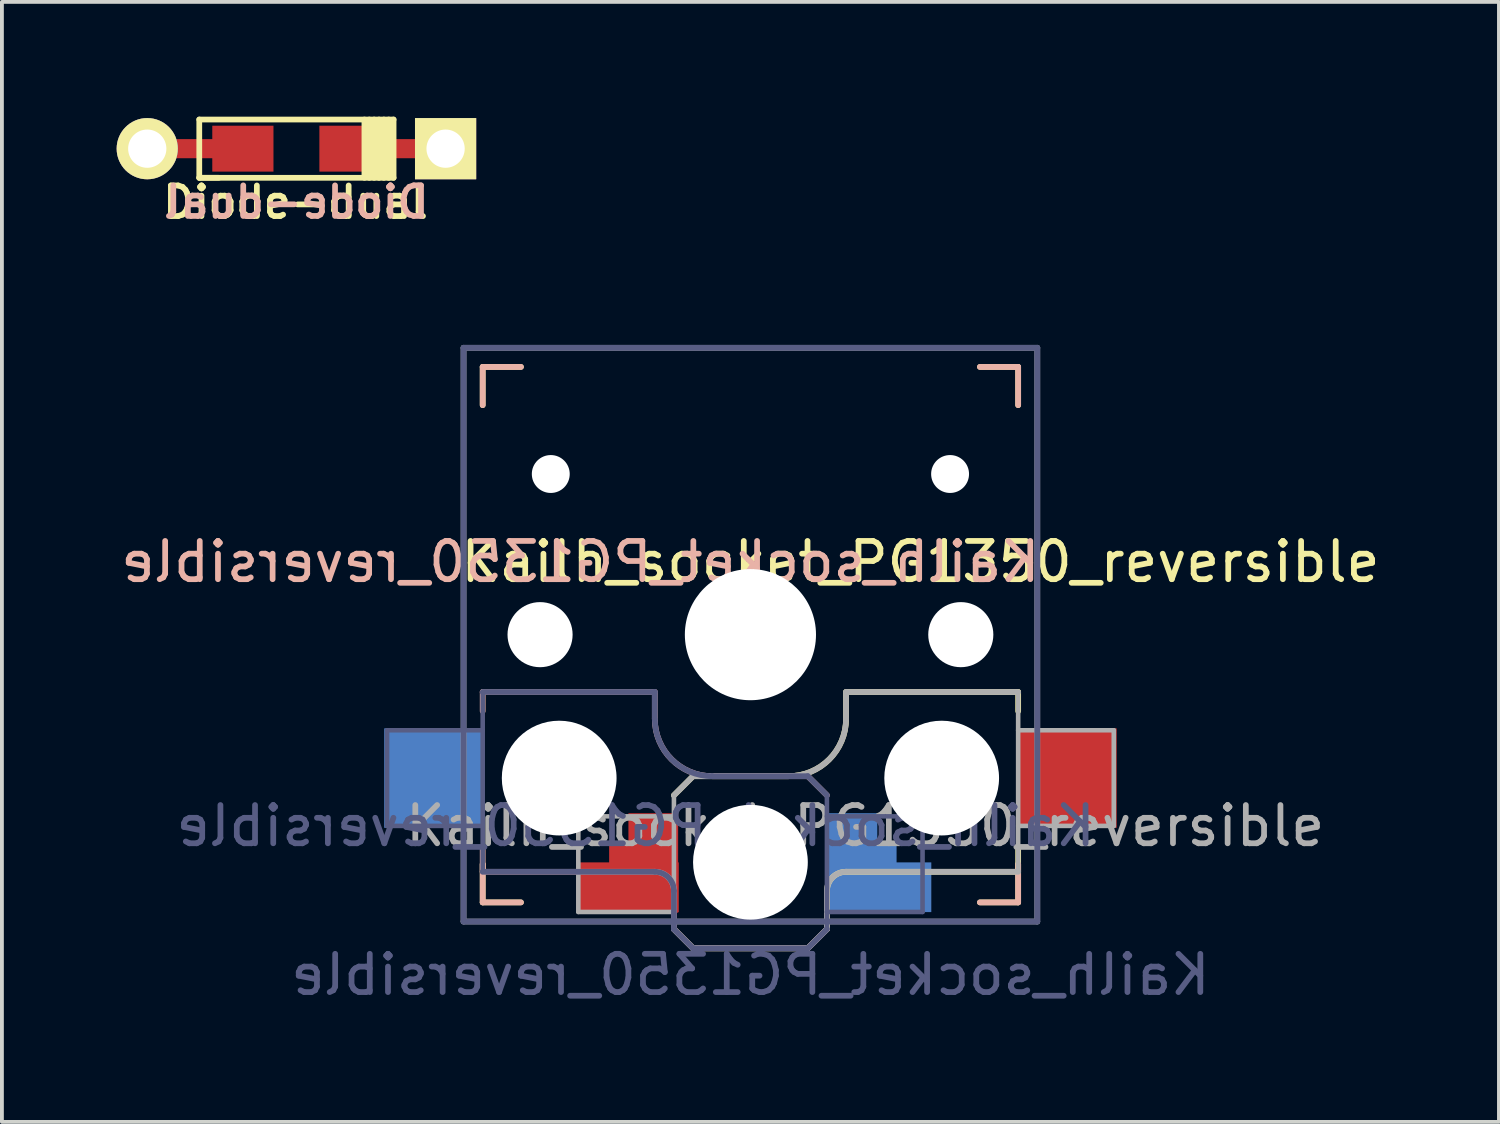
<source format=kicad_pcb>
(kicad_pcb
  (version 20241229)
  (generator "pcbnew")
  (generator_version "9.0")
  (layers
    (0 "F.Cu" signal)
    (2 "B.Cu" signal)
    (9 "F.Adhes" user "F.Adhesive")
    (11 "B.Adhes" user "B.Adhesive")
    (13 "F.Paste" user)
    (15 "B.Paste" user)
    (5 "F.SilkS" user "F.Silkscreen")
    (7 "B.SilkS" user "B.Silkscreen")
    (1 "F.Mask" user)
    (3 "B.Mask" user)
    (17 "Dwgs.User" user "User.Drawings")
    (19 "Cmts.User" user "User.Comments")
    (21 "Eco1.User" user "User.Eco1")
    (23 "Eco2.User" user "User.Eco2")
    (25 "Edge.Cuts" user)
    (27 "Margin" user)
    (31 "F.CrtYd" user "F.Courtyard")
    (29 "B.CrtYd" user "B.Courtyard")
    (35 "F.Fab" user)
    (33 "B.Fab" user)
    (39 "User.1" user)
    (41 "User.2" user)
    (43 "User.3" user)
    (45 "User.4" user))
  (footprint "Diode-dual"
    (layer "F.Cu")
    (at 4.7 0.837)
    (property "Reference" "Diode-dual" (at -0.025 1.4 0) (layer "F.SilkS") (effects (font (size 0.8 0.8) (thickness 0.15))))
    (attr smd)
    (fp_line (start -2.54 -0.762) (end -2.54 0.762) (stroke (width 0.15) (type solid)) (layer "F.SilkS"))
    (fp_line (start -2.54 0.762) (end -2.032 0.762) (stroke (width 0.15) (type solid)) (layer "F.SilkS"))
    (fp_line (start -2.54 0.762) (end 2.54 0.762) (stroke (width 0.15) (type solid)) (layer "F.SilkS"))
    (fp_line (start 1.778 0.762) (end 1.778 -0.762) (stroke (width 0.15) (type solid)) (layer "F.SilkS"))
    (fp_line (start 1.905 0.762) (end 1.905 -0.762) (stroke (width 0.15) (type solid)) (layer "F.SilkS"))
    (fp_line (start 2.032 -0.762) (end 2.032 0.762) (stroke (width 0.15) (type solid)) (layer "F.SilkS"))
    (fp_line (start 2.159 0.762) (end 2.159 -0.762) (stroke (width 0.15) (type solid)) (layer "F.SilkS"))
    (fp_line (start 2.286 -0.762) (end 2.286 0.762) (stroke (width 0.15) (type solid)) (layer "F.SilkS"))
    (fp_line (start 2.413 0.762) (end 2.413 -0.762) (stroke (width 0.15) (type solid)) (layer "F.SilkS"))
    (fp_line (start 2.54 -0.762) (end -2.54 -0.762) (stroke (width 0.15) (type solid)) (layer "F.SilkS"))
    (fp_line (start 2.54 0.762) (end 2.54 -0.762) (stroke (width 0.15) (type solid)) (layer "F.SilkS"))
    (fp_text user "${REFERENCE}" (at 0 1.397 0) (layer "B.SilkS") (effects (font (size 0.8 0.8) (thickness 0.15)) (justify mirror)))
    (pad "1" smd rect (at 1.4 0) (size 1.6 1.2) (layers "F.Cu" "F.Mask" "F.Paste"))
    (pad "1" smd rect (at 2.5 0) (size 2.9 0.5) (layers "F.Cu"))
    (pad "1" thru_hole rect (at 3.9 0) (size 1.6 1.6) (drill 1) (layers "*.Cu" "*.Mask" "F.SilkS"))
    (pad "2" thru_hole circle (at -3.9 0) (size 1.6 1.6) (drill 1) (layers "*.Cu" "*.Mask" "F.SilkS"))
    (pad "2" smd rect (at -2.5 0) (size 2.9 0.5) (layers "F.Cu"))
    (pad "2" smd rect (at -1.4 0) (size 1.6 1.2) (layers "F.Cu" "F.Mask" "F.Paste")))
  (footprint "Kailh_socket_PG1350_reversible"
    (layer "F.Cu")
    (at 16.57 13.543)
    (property "Reference" "Kailh_socket_PG1350_reversible" (at 4.445 -1.905 0) (layer "F.SilkS") (effects (font (size 1 1) (thickness 0.15))))
    (property "Value" "Kailh_socket_PG1350_reversible" (at 0 8.89 0) (layer "F.Fab") (hide yes) (effects (font (size 1 1) (thickness 0.15))))
    (attr smd)
    (fp_line (start -7 -7) (end -6 -7) (stroke (width 0.15) (type solid)) (layer "F.SilkS"))
    (fp_line (start -7 -6) (end -7 -7) (stroke (width 0.15) (type solid)) (layer "F.SilkS"))
    (fp_line (start -7 7) (end -7 6) (stroke (width 0.15) (type solid)) (layer "F.SilkS"))
    (fp_line (start -6 7) (end -7 7) (stroke (width 0.15) (type solid)) (layer "F.SilkS"))
    (fp_line (start -2 4.2) (end -1.5 3.7) (stroke (width 0.15) (type solid)) (layer "F.SilkS"))
    (fp_line (start -2 7.7) (end -1.5 8.2) (stroke (width 0.15) (type solid)) (layer "F.SilkS"))
    (fp_line (start -1.5 3.7) (end 1 3.7) (stroke (width 0.15) (type solid)) (layer "F.SilkS"))
    (fp_line (start -1.5 8.2) (end 1.5 8.2) (stroke (width 0.15) (type solid)) (layer "F.SilkS"))
    (fp_line (start 1.5 8.2) (end 2 7.7) (stroke (width 0.15) (type solid)) (layer "F.SilkS"))
    (fp_line (start 2 6.7) (end 2 7.7) (stroke (width 0.15) (type solid)) (layer "F.SilkS"))
    (fp_line (start 2.5 1.5) (end 7 1.5) (stroke (width 0.15) (type solid)) (layer "F.SilkS"))
    (fp_line (start 2.5 2.2) (end 2.5 1.5) (stroke (width 0.15) (type solid)) (layer "F.SilkS"))
    (fp_line (start 6 -7) (end 7 -7) (stroke (width 0.15) (type solid)) (layer "F.SilkS"))
    (fp_line (start 7 -7) (end 7 -6) (stroke (width 0.15) (type solid)) (layer "F.SilkS"))
    (fp_line (start 7 1.5) (end 7 2) (stroke (width 0.15) (type solid)) (layer "F.SilkS"))
    (fp_line (start 7 5.6) (end 7 6.2) (stroke (width 0.15) (type solid)) (layer "F.SilkS"))
    (fp_line (start 7 6) (end 7 7) (stroke (width 0.15) (type solid)) (layer "F.SilkS"))
    (fp_line (start 7 6.2) (end 2.5 6.2) (stroke (width 0.15) (type solid)) (layer "F.SilkS"))
    (fp_line (start 7 7) (end 6 7) (stroke (width 0.15) (type solid)) (layer "F.SilkS"))
    (fp_arc (start 2 6.7) (mid 2.146447 6.346447) (end 2.5 6.2) (stroke (width 0.15) (type solid)) (layer "F.SilkS"))
    (fp_arc (start 2.5 2.2) (mid 2.06066 3.26066) (end 1 3.7) (stroke (width 0.15) (type solid)) (layer "F.SilkS"))
    (fp_line (start -7 -7) (end -6 -7) (stroke (width 0.15) (type solid)) (layer "B.SilkS"))
    (fp_line (start -7 -6) (end -7 -7) (stroke (width 0.15) (type solid)) (layer "B.SilkS"))
    (fp_line (start -7 1.5) (end -7 2) (stroke (width 0.15) (type solid)) (layer "B.SilkS"))
    (fp_line (start -7 5.6) (end -7 6.2) (stroke (width 0.15) (type solid)) (layer "B.SilkS"))
    (fp_line (start -7 6.2) (end -2.5 6.2) (stroke (width 0.15) (type solid)) (layer "B.SilkS"))
    (fp_line (start -7 7) (end -7 6) (stroke (width 0.15) (type solid)) (layer "B.SilkS"))
    (fp_line (start -6 7) (end -7 7) (stroke (width 0.15) (type solid)) (layer "B.SilkS"))
    (fp_line (start -2.5 1.5) (end -7 1.5) (stroke (width 0.15) (type solid)) (layer "B.SilkS"))
    (fp_line (start -2.5 2.2) (end -2.5 1.5) (stroke (width 0.15) (type solid)) (layer "B.SilkS"))
    (fp_line (start -2 6.7) (end -2 7.7) (stroke (width 0.15) (type solid)) (layer "B.SilkS"))
    (fp_line (start -1.5 8.2) (end -2 7.7) (stroke (width 0.15) (type solid)) (layer "B.SilkS"))
    (fp_line (start 1.5 3.7) (end -1 3.7) (stroke (width 0.15) (type solid)) (layer "B.SilkS"))
    (fp_line (start 1.5 8.2) (end -1.5 8.2) (stroke (width 0.15) (type solid)) (layer "B.SilkS"))
    (fp_line (start 2 4.2) (end 1.5 3.7) (stroke (width 0.15) (type solid)) (layer "B.SilkS"))
    (fp_line (start 2 7.7) (end 1.5 8.2) (stroke (width 0.15) (type solid)) (layer "B.SilkS"))
    (fp_line (start 6 -7) (end 7 -7) (stroke (width 0.15) (type solid)) (layer "B.SilkS"))
    (fp_line (start 7 -7) (end 7 -6) (stroke (width 0.15) (type solid)) (layer "B.SilkS"))
    (fp_line (start 7 6) (end 7 7) (stroke (width 0.15) (type solid)) (layer "B.SilkS"))
    (fp_line (start 7 7) (end 6 7) (stroke (width 0.15) (type solid)) (layer "B.SilkS"))
    (fp_arc (start -2.5 6.2) (mid -2.146447 6.346447) (end -2 6.7) (stroke (width 0.15) (type solid)) (layer "B.SilkS"))
    (fp_arc (start -1 3.7) (mid -2.06066 3.26066) (end -2.5 2.2) (stroke (width 0.15) (type solid)) (layer "B.SilkS"))
    (fp_line (start -6.9 6.9) (end -6.9 -6.9) (stroke (width 0.15) (type solid)) (layer "Eco2.User"))
    (fp_line (start -6.9 6.9) (end 6.9 6.9) (stroke (width 0.15) (type solid)) (layer "Eco2.User"))
    (fp_line (start -2.6 -3.1) (end -2.6 -6.3) (stroke (width 0.15) (type solid)) (layer "Eco2.User"))
    (fp_line (start -2.6 -3.1) (end 2.6 -3.1) (stroke (width 0.15) (type solid)) (layer "Eco2.User"))
    (fp_line (start 2.6 -6.3) (end -2.6 -6.3) (stroke (width 0.15) (type solid)) (layer "Eco2.User"))
    (fp_line (start 2.6 -3.1) (end 2.6 -6.3) (stroke (width 0.15) (type solid)) (layer "Eco2.User"))
    (fp_line (start 6.9 -6.9) (end -6.9 -6.9) (stroke (width 0.15) (type solid)) (layer "Eco2.User"))
    (fp_line (start 6.9 -6.9) (end 6.9 6.9) (stroke (width 0.15) (type solid)) (layer "Eco2.User"))
    (fp_line (start -9.5 2.5) (end -7 2.5) (stroke (width 0.12) (type solid)) (layer "B.Fab"))
    (fp_line (start -9.5 5) (end -9.5 2.5) (stroke (width 0.12) (type solid)) (layer "B.Fab"))
    (fp_line (start -7.5 -7.5) (end 7.5 -7.5) (stroke (width 0.15) (type solid)) (layer "B.Fab"))
    (fp_line (start -7.5 7.5) (end -7.5 -7.5) (stroke (width 0.15) (type solid)) (layer "B.Fab"))
    (fp_line (start -7 1.5) (end -7 6.2) (stroke (width 0.12) (type solid)) (layer "B.Fab"))
    (fp_line (start -7 5) (end -9.5 5) (stroke (width 0.12) (type solid)) (layer "B.Fab"))
    (fp_line (start -7 6.2) (end -2.5 6.2) (stroke (width 0.15) (type solid)) (layer "B.Fab"))
    (fp_line (start -2.5 1.5) (end -7 1.5) (stroke (width 0.15) (type solid)) (layer "B.Fab"))
    (fp_line (start -2.5 2.2) (end -2.5 1.5) (stroke (width 0.15) (type solid)) (layer "B.Fab"))
    (fp_line (start -2 6.7) (end -2 7.7) (stroke (width 0.15) (type solid)) (layer "B.Fab"))
    (fp_line (start -1.5 8.2) (end -2 7.7) (stroke (width 0.15) (type solid)) (layer "B.Fab"))
    (fp_line (start 1.5 3.7) (end -1 3.7) (stroke (width 0.15) (type solid)) (layer "B.Fab"))
    (fp_line (start 1.5 8.2) (end -1.5 8.2) (stroke (width 0.15) (type solid)) (layer "B.Fab"))
    (fp_line (start 2 4.2) (end 1.5 3.7) (stroke (width 0.15) (type solid)) (layer "B.Fab"))
    (fp_line (start 2 4.25) (end 2 7.7) (stroke (width 0.12) (type solid)) (layer "B.Fab"))
    (fp_line (start 2 4.75) (end 4.5 4.75) (stroke (width 0.12) (type solid)) (layer "B.Fab"))
    (fp_line (start 2 7.7) (end 1.5 8.2) (stroke (width 0.15) (type solid)) (layer "B.Fab"))
    (fp_line (start 4.5 4.75) (end 4.5 7.25) (stroke (width 0.12) (type solid)) (layer "B.Fab"))
    (fp_line (start 4.5 7.25) (end 2 7.25) (stroke (width 0.12) (type solid)) (layer "B.Fab"))
    (fp_line (start 7.5 -7.5) (end 7.5 7.5) (stroke (width 0.15) (type solid)) (layer "B.Fab"))
    (fp_line (start 7.5 7.5) (end -7.5 7.5) (stroke (width 0.15) (type solid)) (layer "B.Fab"))
    (fp_arc (start -2.5 6.2) (mid -2.146447 6.346447) (end -2 6.7) (stroke (width 0.15) (type solid)) (layer "B.Fab"))
    (fp_arc (start -1 3.7) (mid -2.06066 3.26066) (end -2.5 2.2) (stroke (width 0.15) (type solid)) (layer "B.Fab"))
    (fp_line (start -7.5 -7.5) (end 7.5 -7.5) (stroke (width 0.15) (type solid)) (layer "F.Fab"))
    (fp_line (start -7.5 7.5) (end -7.5 -7.5) (stroke (width 0.15) (type solid)) (layer "F.Fab"))
    (fp_line (start -4.5 4.75) (end -4.5 7.25) (stroke (width 0.12) (type solid)) (layer "F.Fab"))
    (fp_line (start -4.5 7.25) (end -2 7.25) (stroke (width 0.12) (type solid)) (layer "F.Fab"))
    (fp_line (start -2 4.2) (end -1.5 3.7) (stroke (width 0.15) (type solid)) (layer "F.Fab"))
    (fp_line (start -2 4.25) (end -2 7.7) (stroke (width 0.12) (type solid)) (layer "F.Fab"))
    (fp_line (start -2 4.75) (end -4.5 4.75) (stroke (width 0.12) (type solid)) (layer "F.Fab"))
    (fp_line (start -2 7.7) (end -1.5 8.2) (stroke (width 0.15) (type solid)) (layer "F.Fab"))
    (fp_line (start -1.5 3.7) (end 1 3.7) (stroke (width 0.15) (type solid)) (layer "F.Fab"))
    (fp_line (start -1.5 8.2) (end 1.5 8.2) (stroke (width 0.15) (type solid)) (layer "F.Fab"))
    (fp_line (start 1.5 8.2) (end 2 7.7) (stroke (width 0.15) (type solid)) (layer "F.Fab"))
    (fp_line (start 2 6.7) (end 2 7.7) (stroke (width 0.15) (type solid)) (layer "F.Fab"))
    (fp_line (start 2.5 1.5) (end 7 1.5) (stroke (width 0.15) (type solid)) (layer "F.Fab"))
    (fp_line (start 2.5 2.2) (end 2.5 1.5) (stroke (width 0.15) (type solid)) (layer "F.Fab"))
    (fp_line (start 7 1.5) (end 7 6.2) (stroke (width 0.12) (type solid)) (layer "F.Fab"))
    (fp_line (start 7 5) (end 9.5 5) (stroke (width 0.12) (type solid)) (layer "F.Fab"))
    (fp_line (start 7 6.2) (end 2.5 6.2) (stroke (width 0.15) (type solid)) (layer "F.Fab"))
    (fp_line (start 7.5 -7.5) (end 7.5 7.5) (stroke (width 0.15) (type solid)) (layer "F.Fab"))
    (fp_line (start 7.5 7.5) (end -7.5 7.5) (stroke (width 0.15) (type solid)) (layer "F.Fab"))
    (fp_line (start 9.5 2.5) (end 7 2.5) (stroke (width 0.12) (type solid)) (layer "F.Fab"))
    (fp_line (start 9.5 5) (end 9.5 2.5) (stroke (width 0.12) (type solid)) (layer "F.Fab"))
    (fp_arc (start 2 6.7) (mid 2.146447 6.346447) (end 2.5 6.2) (stroke (width 0.15) (type solid)) (layer "F.Fab"))
    (fp_arc (start 2.5 2.2) (mid 2.06066 3.26066) (end 1 3.7) (stroke (width 0.15) (type solid)) (layer "F.Fab"))
    (fp_text user "${REFERENCE}" (at -4.445 -1.905 0) (layer "B.SilkS") (effects (font (size 1 1) (thickness 0.15)) (justify mirror)))
    (fp_text user "${REFERENCE}" (at -3 5 0) (layer "B.Fab") (effects (font (size 1 1) (thickness 0.15)) (justify mirror)))
    (fp_text user "${VALUE}" (at 0 8.89 0) (layer "B.Fab") (effects (font (size 1 1) (thickness 0.15)) (justify mirror)))
    (fp_text user "${REFERENCE}" (at 3 5 180) (layer "F.Fab") (effects (font (size 1 1) (thickness 0.15))))
    (pad "" np_thru_hole circle (at -5.5 0) (size 1.702 1.702) (drill 1.702) (layers "*.Cu" "*.Mask"))
    (pad "" np_thru_hole circle (at -5.22 -4.2) (size 0.991 0.991) (drill 0.991) (layers "*.Cu" "*.Mask"))
    (pad "" np_thru_hole circle (at -5 3.75) (size 3 3) (drill 3) (layers "*.Cu" "*.Mask"))
    (pad "" np_thru_hole circle (at 0 0) (size 3.429 3.429) (drill 3.429) (layers "*.Cu" "*.Mask"))
    (pad "" np_thru_hole circle (at 0 5.95) (size 3 3) (drill 3) (layers "*.Cu" "*.Mask"))
    (pad "" np_thru_hole circle (at 5 3.75) (size 3 3) (drill 3) (layers "*.Cu" "*.Mask"))
    (pad "" np_thru_hole circle (at 5.22 -4.2) (size 0.991 0.991) (drill 0.991) (layers "*.Cu" "*.Mask"))
    (pad "" np_thru_hole circle (at 5.5 0) (size 1.702 1.702) (drill 1.702) (layers "*.Cu" "*.Mask"))
    (pad "1" smd rect (at -3.175 6.604) (size 2.6 1.3) (layers "F.Cu" "F.Mask" "F.Paste"))
    (pad "1" smd rect (at -2.794 6.35 90) (size 1.8 1.8) (layers "F.Cu" "F.Mask" "F.Paste"))
    (pad "1" smd rect (at -2.54 5.969 90) (size 2.6 1.3) (layers "F.Cu" "F.Mask" "F.Paste"))
    (pad "1" smd rect (at 2.667 5.969 180) (size 1.3 2.6) (layers "B.Cu" "B.Mask" "B.Paste"))
    (pad "1" smd rect (at 2.921 6.35 90) (size 1.8 1.8) (layers "B.Cu" "B.Mask" "B.Paste"))
    (pad "1" smd rect (at 3.429 6.604 180) (size 2.6 1.3) (layers "B.Cu" "B.Mask" "B.Paste"))
    (pad "2" smd rect (at -8.275 3.75) (size 2.6 2.6) (layers "B.Cu" "B.Mask" "B.Paste"))
    (pad "2" smd rect (at 8.275 3.75) (size 2.6 2.6) (layers "F.Cu" "F.Mask" "F.Paste")))
  (gr_rect
    (start -3 -3)
    (end 36.14 26.282)
    (stroke (width 0.1) (type default))
    (fill no)
    (layer "Edge.Cuts")))
</source>
